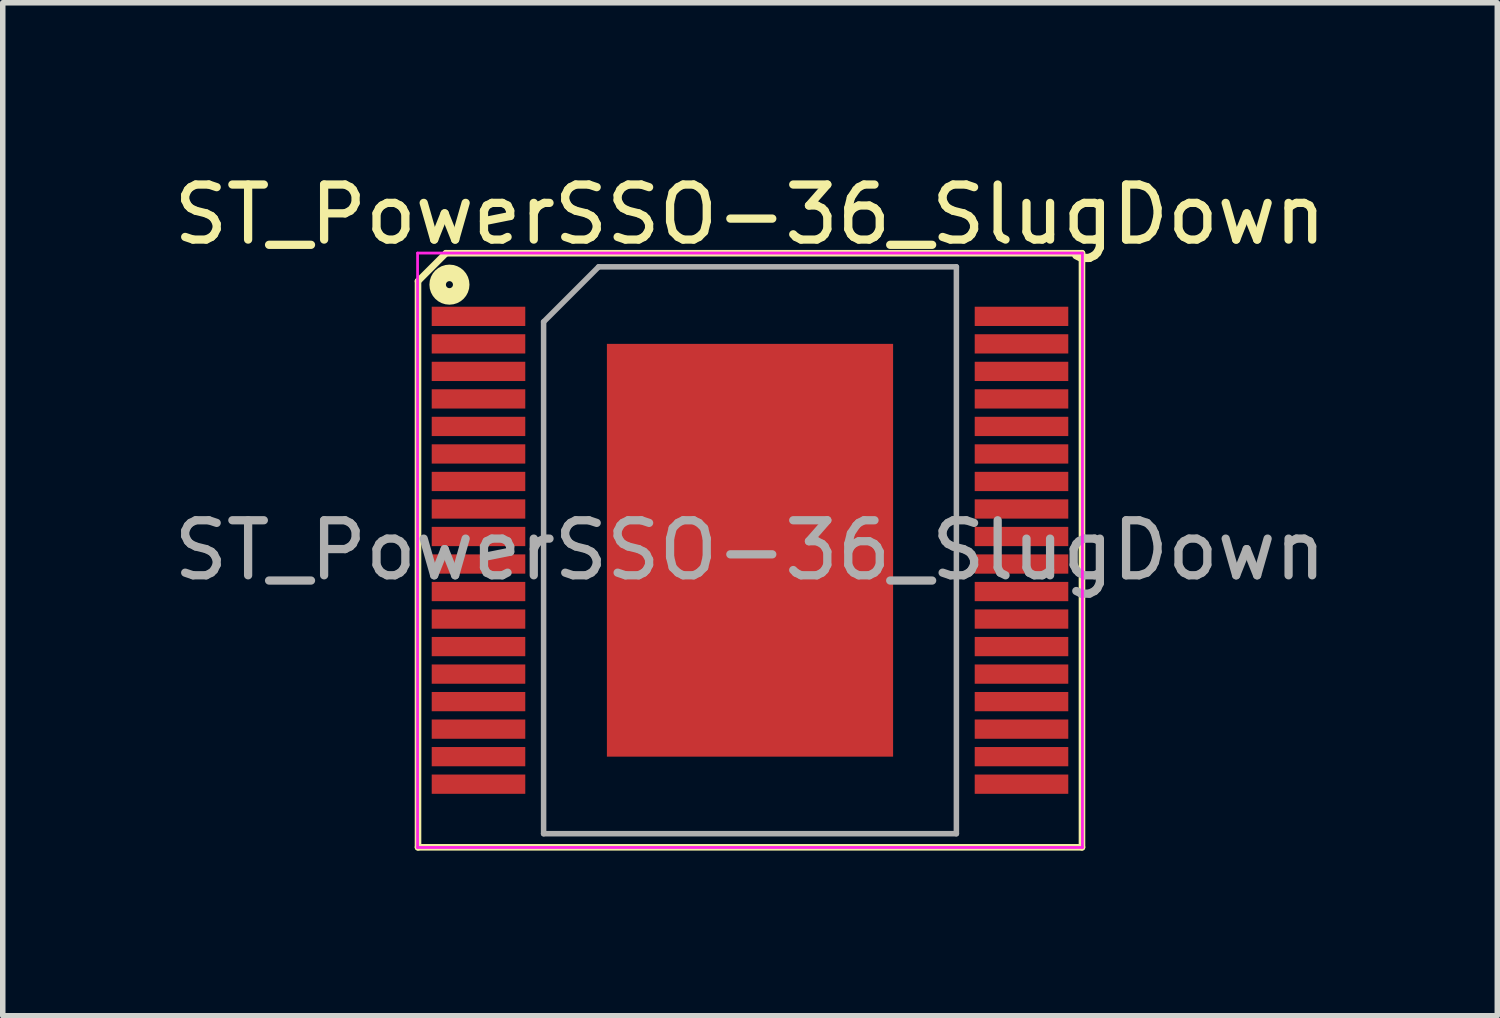
<source format=kicad_pcb>
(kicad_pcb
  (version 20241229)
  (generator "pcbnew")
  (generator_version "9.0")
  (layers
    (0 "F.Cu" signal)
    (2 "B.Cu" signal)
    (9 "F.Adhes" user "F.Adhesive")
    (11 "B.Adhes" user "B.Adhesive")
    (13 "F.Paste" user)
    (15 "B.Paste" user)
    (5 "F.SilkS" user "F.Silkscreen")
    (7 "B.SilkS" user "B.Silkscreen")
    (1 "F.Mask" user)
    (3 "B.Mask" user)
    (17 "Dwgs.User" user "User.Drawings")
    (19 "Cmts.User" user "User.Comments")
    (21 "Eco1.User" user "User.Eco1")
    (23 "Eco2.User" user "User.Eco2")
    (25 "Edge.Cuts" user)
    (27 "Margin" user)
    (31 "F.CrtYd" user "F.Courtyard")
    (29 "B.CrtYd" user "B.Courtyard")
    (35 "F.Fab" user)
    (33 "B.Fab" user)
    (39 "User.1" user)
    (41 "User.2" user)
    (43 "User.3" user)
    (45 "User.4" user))
  (footprint "ST_PowerSSO-36_SlugDown"
    (layer "F.Cu")
    (at 10.577 6.948)
    (property "Reference" "ST_PowerSSO-36_SlugDown" (at 0 -6.1 0) (layer "F.SilkS") (effects (font (size 1 1) (thickness 0.15))))
    (attr smd)
    (fp_line (start -6.032 -4.889) (end -6.032 5.397) (stroke (width 0.12) (type solid)) (layer "F.SilkS"))
    (fp_line (start -6.032 -4.889) (end -5.524 -5.397) (stroke (width 0.12) (type solid)) (layer "F.SilkS"))
    (fp_line (start -6.032 5.397) (end 6.032 5.397) (stroke (width 0.12) (type solid)) (layer "F.SilkS"))
    (fp_line (start 6.032 -5.397) (end -5.524 -5.397) (stroke (width 0.12) (type solid)) (layer "F.SilkS"))
    (fp_line (start 6.032 5.397) (end 6.032 -5.397) (stroke (width 0.12) (type solid)) (layer "F.SilkS"))
    (fp_circle (center -5.461 -4.826) (end -5.397 -4.826) (stroke (width 0.3) (type solid)) (fill no) (layer "F.SilkS"))
    (fp_line (start -6.04 -5.4) (end -6.04 5.4) (stroke (width 0.05) (type solid)) (layer "F.CrtYd"))
    (fp_line (start -6.04 -5.4) (end 6.04 -5.4) (stroke (width 0.05) (type solid)) (layer "F.CrtYd"))
    (fp_line (start 6.04 5.4) (end -6.04 5.4) (stroke (width 0.05) (type solid)) (layer "F.CrtYd"))
    (fp_line (start 6.04 5.4) (end 6.04 -5.4) (stroke (width 0.05) (type solid)) (layer "F.CrtYd"))
    (fp_line (start -3.75 -4.15) (end -3.75 5.15) (stroke (width 0.1) (type solid)) (layer "F.Fab"))
    (fp_line (start -3.75 5.15) (end 3.75 5.15) (stroke (width 0.1) (type solid)) (layer "F.Fab"))
    (fp_line (start -2.75 -5.15) (end -3.75 -4.15) (stroke (width 0.1) (type solid)) (layer "F.Fab"))
    (fp_line (start 3.75 -5.15) (end -2.75 -5.15) (stroke (width 0.1) (type solid)) (layer "F.Fab"))
    (fp_line (start 3.75 5.15) (end 3.75 -5.15) (stroke (width 0.1) (type solid)) (layer "F.Fab"))
    (fp_text user "${REFERENCE}" (at 0 0 0) (layer "F.Fab") (effects (font (size 1 1) (thickness 0.15))))
    (pad "1" smd rect (at -4.933 -4.25) (size 1.7 0.35) (layers "F.Cu" "F.Mask" "F.Paste"))
    (pad "2" smd rect (at -4.933 -3.75) (size 1.7 0.35) (layers "F.Cu" "F.Mask" "F.Paste"))
    (pad "3" smd rect (at -4.933 -3.25) (size 1.7 0.35) (layers "F.Cu" "F.Mask" "F.Paste"))
    (pad "4" smd rect (at -4.933 -2.75) (size 1.7 0.35) (layers "F.Cu" "F.Mask" "F.Paste"))
    (pad "5" smd rect (at -4.933 -2.25) (size 1.7 0.35) (layers "F.Cu" "F.Mask" "F.Paste"))
    (pad "6" smd rect (at -4.933 -1.75) (size 1.7 0.35) (layers "F.Cu" "F.Mask" "F.Paste"))
    (pad "7" smd rect (at -4.933 -1.25) (size 1.7 0.35) (layers "F.Cu" "F.Mask" "F.Paste"))
    (pad "8" smd rect (at -4.933 -0.75) (size 1.7 0.35) (layers "F.Cu" "F.Mask" "F.Paste"))
    (pad "9" smd rect (at -4.933 -0.25) (size 1.7 0.35) (layers "F.Cu" "F.Mask" "F.Paste"))
    (pad "10" smd rect (at -4.933 0.25) (size 1.7 0.35) (layers "F.Cu" "F.Mask" "F.Paste"))
    (pad "11" smd rect (at -4.933 0.75) (size 1.7 0.35) (layers "F.Cu" "F.Mask" "F.Paste"))
    (pad "12" smd rect (at -4.933 1.25) (size 1.7 0.35) (layers "F.Cu" "F.Mask" "F.Paste"))
    (pad "13" smd rect (at -4.933 1.75) (size 1.7 0.35) (layers "F.Cu" "F.Mask" "F.Paste"))
    (pad "14" smd rect (at -4.933 2.25) (size 1.7 0.35) (layers "F.Cu" "F.Mask" "F.Paste"))
    (pad "15" smd rect (at -4.933 2.75) (size 1.7 0.35) (layers "F.Cu" "F.Mask" "F.Paste"))
    (pad "16" smd rect (at -4.933 3.25) (size 1.7 0.35) (layers "F.Cu" "F.Mask" "F.Paste"))
    (pad "17" smd rect (at -4.933 3.75) (size 1.7 0.35) (layers "F.Cu" "F.Mask" "F.Paste"))
    (pad "18" smd rect (at -4.933 4.25) (size 1.7 0.35) (layers "F.Cu" "F.Mask" "F.Paste"))
    (pad "19" smd rect (at 4.933 4.25) (size 1.7 0.35) (layers "F.Cu" "F.Mask" "F.Paste"))
    (pad "20" smd rect (at 4.933 3.75) (size 1.7 0.35) (layers "F.Cu" "F.Mask" "F.Paste"))
    (pad "21" smd rect (at 4.933 3.25) (size 1.7 0.35) (layers "F.Cu" "F.Mask" "F.Paste"))
    (pad "22" smd rect (at 4.933 2.75) (size 1.7 0.35) (layers "F.Cu" "F.Mask" "F.Paste"))
    (pad "23" smd rect (at 4.933 2.25) (size 1.7 0.35) (layers "F.Cu" "F.Mask" "F.Paste"))
    (pad "24" smd rect (at 4.933 1.75) (size 1.7 0.35) (layers "F.Cu" "F.Mask" "F.Paste"))
    (pad "25" smd rect (at 4.933 1.25) (size 1.7 0.35) (layers "F.Cu" "F.Mask" "F.Paste"))
    (pad "26" smd rect (at 4.933 0.75) (size 1.7 0.35) (layers "F.Cu" "F.Mask" "F.Paste"))
    (pad "27" smd rect (at 4.933 0.25) (size 1.7 0.35) (layers "F.Cu" "F.Mask" "F.Paste"))
    (pad "28" smd rect (at 4.933 -0.25) (size 1.7 0.35) (layers "F.Cu" "F.Mask" "F.Paste"))
    (pad "29" smd rect (at 4.933 -0.75) (size 1.7 0.35) (layers "F.Cu" "F.Mask" "F.Paste"))
    (pad "30" smd rect (at 4.933 -1.25) (size 1.7 0.35) (layers "F.Cu" "F.Mask" "F.Paste"))
    (pad "31" smd rect (at 4.933 -1.75) (size 1.7 0.35) (layers "F.Cu" "F.Mask" "F.Paste"))
    (pad "32" smd rect (at 4.933 -2.25) (size 1.7 0.35) (layers "F.Cu" "F.Mask" "F.Paste"))
    (pad "33" smd rect (at 4.933 -2.75) (size 1.7 0.35) (layers "F.Cu" "F.Mask" "F.Paste"))
    (pad "34" smd rect (at 4.933 -3.25) (size 1.7 0.35) (layers "F.Cu" "F.Mask" "F.Paste"))
    (pad "35" smd rect (at 4.933 -3.75) (size 1.7 0.35) (layers "F.Cu" "F.Mask" "F.Paste"))
    (pad "36" smd rect (at 4.933 -4.25) (size 1.7 0.35) (layers "F.Cu" "F.Mask" "F.Paste"))
    (pad "37" smd rect (at 0 0) (size 5.2 7.5) (layers "F.Cu" "F.Mask" "F.Paste")))
  (gr_rect
    (start -3 -3)
    (end 24.155 15.406)
    (stroke (width 0.1) (type default))
    (fill no)
    (layer "Edge.Cuts")))
</source>
